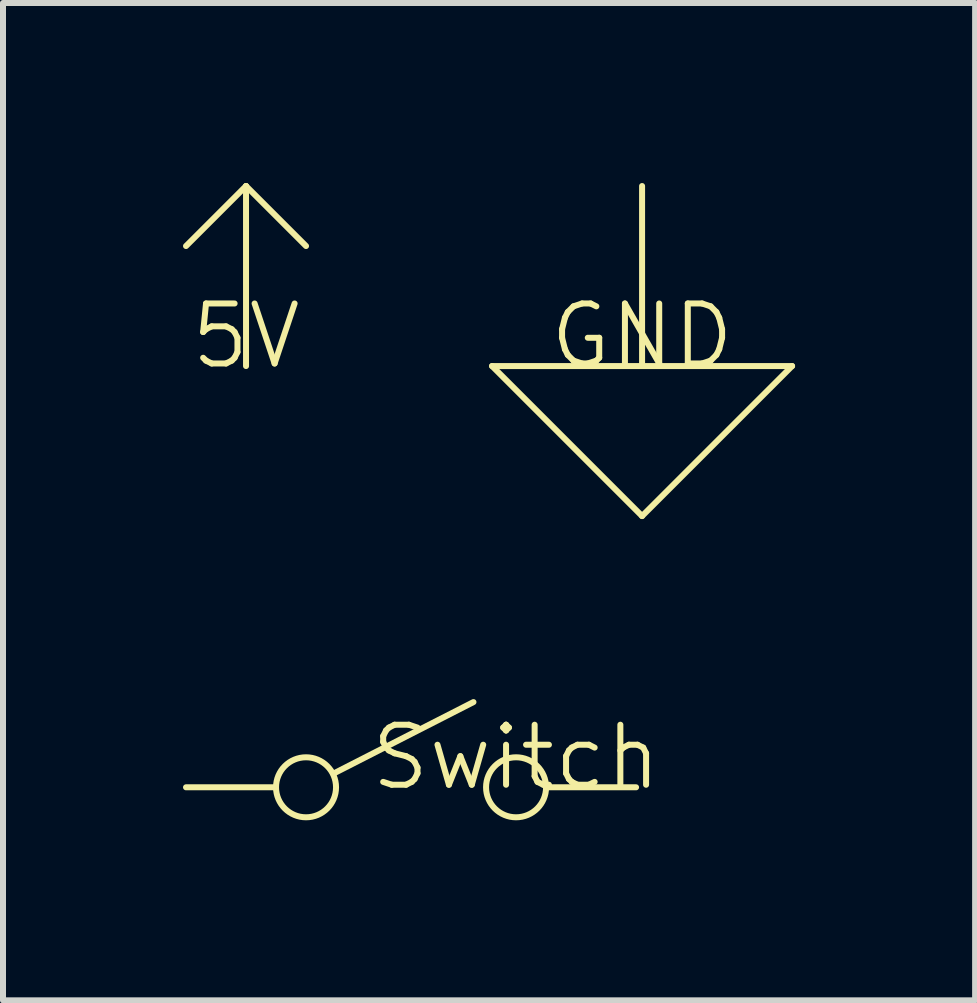
<source format=kicad_pcb>
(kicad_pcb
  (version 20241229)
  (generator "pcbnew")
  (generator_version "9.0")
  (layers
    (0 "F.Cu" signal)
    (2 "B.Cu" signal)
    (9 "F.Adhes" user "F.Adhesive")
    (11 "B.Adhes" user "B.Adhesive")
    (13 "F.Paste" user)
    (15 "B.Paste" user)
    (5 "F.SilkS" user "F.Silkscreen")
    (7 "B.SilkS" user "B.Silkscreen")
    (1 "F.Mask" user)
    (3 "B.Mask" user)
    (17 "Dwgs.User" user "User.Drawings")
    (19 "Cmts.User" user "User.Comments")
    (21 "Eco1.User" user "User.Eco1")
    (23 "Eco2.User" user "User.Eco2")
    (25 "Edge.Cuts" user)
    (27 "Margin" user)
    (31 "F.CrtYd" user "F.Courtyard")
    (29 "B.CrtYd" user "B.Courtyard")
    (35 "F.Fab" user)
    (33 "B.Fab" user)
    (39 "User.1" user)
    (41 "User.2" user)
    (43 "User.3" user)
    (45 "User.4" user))
  (footprint "GND"
    (layer "F.Cu")
    (at 7.65 3.05)
    (property "Reference" "GND" (at 0 -0.5 0) (unlocked yes) (layer "F.SilkS") (effects (font (size 1 1) (thickness 0.1))))
    (attr through_hole)
    (fp_line (start -2.5 0) (end 2.5 0) (stroke (width 0.1) (type default)) (layer "F.SilkS"))
    (fp_line (start 0 0) (end 0 -3) (stroke (width 0.1) (type default)) (layer "F.SilkS"))
    (fp_line (start 0 2.5) (end -2.5 0) (stroke (width 0.1) (type default)) (layer "F.SilkS"))
    (fp_line (start 2.5 0) (end 0 2.5) (stroke (width 0.1) (type default)) (layer "F.SilkS")))
  (footprint "5V"
    (layer "F.Cu")
    (at 1.05 3.05)
    (property "Reference" "5V" (at 0 -0.5 0) (unlocked yes) (layer "F.SilkS") (effects (font (size 1 1) (thickness 0.1))))
    (attr through_hole)
    (fp_line (start 0 -3) (end -1 -2) (stroke (width 0.1) (type default)) (layer "F.SilkS"))
    (fp_line (start 0 -3) (end 0 0) (stroke (width 0.1) (type default)) (layer "F.SilkS"))
    (fp_line (start 0 -3) (end 1 -2) (stroke (width 0.1) (type default)) (layer "F.SilkS")))
  (footprint "Switch"
    (layer "F.Cu")
    (at 5.55 10.07)
    (property "Reference" "Switch" (at 0 -0.5 0) (unlocked yes) (layer "F.SilkS") (effects (font (size 1 1) (thickness 0.1))))
    (attr through_hole)
    (fp_line (start -4 0) (end -5.5 0) (stroke (width 0.1) (type default)) (layer "F.SilkS"))
    (fp_line (start -3.04 -0.23) (end -0.71 -1.42) (stroke (width 0.1) (type default)) (layer "F.SilkS"))
    (fp_line (start 0.5 0) (end 2 0) (stroke (width 0.1) (type default)) (layer "F.SilkS"))
    (fp_circle (center -3.5 0) (end -3 0) (stroke (width 0.1) (type solid)) (fill no) (layer "F.SilkS"))
    (fp_circle (center 0 0) (end 0.5 0) (stroke (width 0.1) (type solid)) (fill no) (layer "F.SilkS")))
  (gr_rect
    (start -3 -3)
    (end 13.2 13.62)
    (stroke (width 0.1) (type default))
    (fill no)
    (layer "Edge.Cuts")))
</source>
